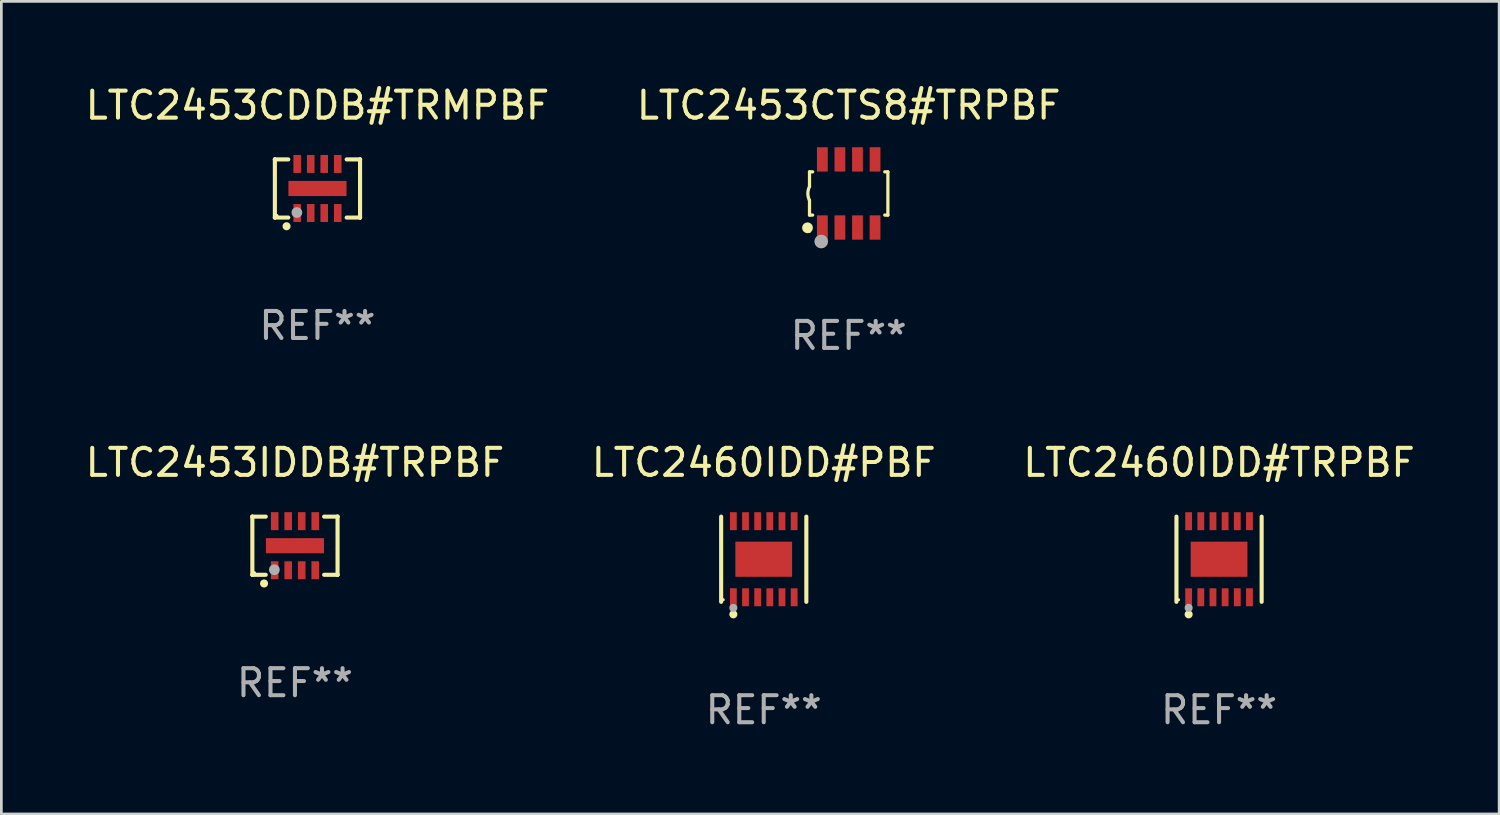
<source format=kicad_pcb>
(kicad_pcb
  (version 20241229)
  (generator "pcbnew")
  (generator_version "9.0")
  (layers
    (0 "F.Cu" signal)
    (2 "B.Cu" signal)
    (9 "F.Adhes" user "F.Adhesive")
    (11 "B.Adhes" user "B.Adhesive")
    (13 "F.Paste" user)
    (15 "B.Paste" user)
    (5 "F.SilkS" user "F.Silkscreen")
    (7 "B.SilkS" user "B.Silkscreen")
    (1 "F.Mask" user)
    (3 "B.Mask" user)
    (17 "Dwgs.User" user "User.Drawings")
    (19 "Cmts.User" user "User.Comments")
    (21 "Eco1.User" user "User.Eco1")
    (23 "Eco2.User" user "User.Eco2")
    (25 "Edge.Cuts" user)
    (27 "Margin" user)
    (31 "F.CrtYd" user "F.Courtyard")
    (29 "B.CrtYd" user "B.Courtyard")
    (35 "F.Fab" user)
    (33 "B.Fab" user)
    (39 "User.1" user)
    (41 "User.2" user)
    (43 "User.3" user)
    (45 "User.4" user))
  (footprint "LTC2453IDDB#TRPBF"
    (layer "F.Cu")
    (at 7.863 17.141)
    (property "Reference" "LTC2453IDDB#TRPBF" (at 0 -3.076 0) (layer "F.SilkS") (effects (font (size 1 1) (thickness 0.15))))
    (attr through_hole)
    (fp_line (start -1.576 -1.076) (end -1.576 -1.076) (stroke (width 0.152) (type solid)) (layer "F.SilkS"))
    (fp_line (start -1.576 -1.076) (end -1.08 -1.076) (stroke (width 0.152) (type solid)) (layer "F.SilkS"))
    (fp_line (start -1.576 1.076) (end -1.576 -1.076) (stroke (width 0.152) (type solid)) (layer "F.SilkS"))
    (fp_line (start -1.576 1.076) (end -1.576 1.076) (stroke (width 0.152) (type solid)) (layer "F.SilkS"))
    (fp_line (start -1.08 1.076) (end -1.576 1.076) (stroke (width 0.152) (type solid)) (layer "F.SilkS"))
    (fp_line (start 1.08 1.076) (end 1.576 1.076) (stroke (width 0.152) (type solid)) (layer "F.SilkS"))
    (fp_line (start 1.576 -1.076) (end 1.08 -1.076) (stroke (width 0.152) (type solid)) (layer "F.SilkS"))
    (fp_line (start 1.576 -1.076) (end 1.576 -1.076) (stroke (width 0.152) (type solid)) (layer "F.SilkS"))
    (fp_line (start 1.576 1.076) (end 1.576 -1.076) (stroke (width 0.152) (type solid)) (layer "F.SilkS"))
    (fp_line (start 1.576 1.076) (end 1.576 1.076) (stroke (width 0.152) (type solid)) (layer "F.SilkS"))
    (fp_circle (center -1.5 1) (end -1.47 1) (stroke (width 0.06) (type solid)) (fill no) (layer "F.SilkS"))
    (fp_circle (center -1.143 1.397) (end -1.068 1.397) (stroke (width 0.15) (type solid)) (fill no) (layer "F.SilkS"))
    (fp_circle (center -0.762 0.889) (end -0.662 0.889) (stroke (width 0.2) (type solid)) (fill no) (layer "F.Fab"))
    (fp_text user "REF**" (at 0 5.076 0) (layer "F.Fab") (effects (font (size 1 1) (thickness 0.15))))
    (pad "1" smd rect (at -0.75 0.908) (size 0.28 0.665) (layers "F.Cu" "F.Mask" "F.Paste"))
    (pad "2" smd rect (at -0.25 0.908) (size 0.28 0.665) (layers "F.Cu" "F.Mask" "F.Paste"))
    (pad "3" smd rect (at 0.25 0.908) (size 0.28 0.665) (layers "F.Cu" "F.Mask" "F.Paste"))
    (pad "4" smd rect (at 0.75 0.908) (size 0.28 0.665) (layers "F.Cu" "F.Mask" "F.Paste"))
    (pad "5" smd rect (at 0.75 -0.908) (size 0.28 0.665) (layers "F.Cu" "F.Mask" "F.Paste"))
    (pad "6" smd rect (at 0.25 -0.908) (size 0.28 0.665) (layers "F.Cu" "F.Mask" "F.Paste"))
    (pad "7" smd rect (at -0.25 -0.908) (size 0.28 0.665) (layers "F.Cu" "F.Mask" "F.Paste"))
    (pad "8" smd rect (at -0.75 -0.908) (size 0.28 0.665) (layers "F.Cu" "F.Mask" "F.Paste"))
    (pad "9" smd rect (at 0 0) (size 2.15 0.56) (layers "F.Cu" "F.Mask" "F.Paste")))
  (footprint "LTC2453CTS8#TRPBF"
    (layer "F.Cu")
    (at 28.351 4.108)
    (property "Reference" "LTC2453CTS8#TRPBF" (at 0 -3.26 0) (layer "F.SilkS") (effects (font (size 1 1) (thickness 0.15))))
    (attr through_hole)
    (fp_line (start -1.45 -0.8) (end -1.45 -0.254) (stroke (width 0.12) (type solid)) (layer "F.SilkS"))
    (fp_line (start -1.45 -0.8) (end -1.334 -0.8) (stroke (width 0.12) (type solid)) (layer "F.SilkS"))
    (fp_line (start -1.45 0.8) (end -1.45 0.254) (stroke (width 0.12) (type solid)) (layer "F.SilkS"))
    (fp_line (start -1.45 0.8) (end -1.334 0.8) (stroke (width 0.12) (type solid)) (layer "F.SilkS"))
    (fp_line (start 1.334 -0.8) (end 1.45 -0.8) (stroke (width 0.12) (type solid)) (layer "F.SilkS"))
    (fp_line (start 1.334 0.8) (end 1.45 0.8) (stroke (width 0.12) (type solid)) (layer "F.SilkS"))
    (fp_line (start 1.45 0.8) (end 1.45 -0.8) (stroke (width 0.12) (type solid)) (layer "F.SilkS"))
    (fp_arc (start -1.45075 0.255144) (mid -1.510605 0.000434) (end -1.450013 -0.254102) (stroke (width 0.11999) (type solid)) (layer "F.SilkS"))
    (fp_circle (center -1.524 1.27) (end -1.424 1.27) (stroke (width 0.2) (type solid)) (fill no) (layer "F.SilkS"))
    (fp_circle (center -1.45 1.4) (end -1.42 1.4) (stroke (width 0.06) (type solid)) (fill no) (layer "F.SilkS"))
    (fp_circle (center -1.016 1.778) (end -0.889 1.778) (stroke (width 0.254) (type solid)) (fill no) (layer "F.Fab"))
    (fp_text user "REF**" (at 0 5.26 0) (layer "F.Fab") (effects (font (size 1 1) (thickness 0.15))))
    (pad "1" smd rect (at -0.975 1.26) (size 0.4 0.9) (layers "F.Cu" "F.Mask" "F.Paste"))
    (pad "2" smd rect (at -0.325 1.26) (size 0.4 0.9) (layers "F.Cu" "F.Mask" "F.Paste"))
    (pad "3" smd rect (at 0.325 1.26) (size 0.4 0.9) (layers "F.Cu" "F.Mask" "F.Paste"))
    (pad "4" smd rect (at 0.975 1.26) (size 0.4 0.9) (layers "F.Cu" "F.Mask" "F.Paste"))
    (pad "5" smd rect (at 0.975 -1.26) (size 0.4 0.9) (layers "F.Cu" "F.Mask" "F.Paste"))
    (pad "6" smd rect (at 0.325 -1.26) (size 0.4 0.9) (layers "F.Cu" "F.Mask" "F.Paste"))
    (pad "7" smd rect (at -0.325 -1.26) (size 0.4 0.9) (layers "F.Cu" "F.Mask" "F.Paste"))
    (pad "8" smd rect (at -0.975 -1.26) (size 0.4 0.9) (layers "F.Cu" "F.Mask" "F.Paste")))
  (footprint "LTC2453CDDB#TRMPBF"
    (layer "F.Cu")
    (at 8.696 3.924)
    (property "Reference" "LTC2453CDDB#TRMPBF" (at 0 -3.076 0) (layer "F.SilkS") (effects (font (size 1 1) (thickness 0.15))))
    (attr through_hole)
    (fp_line (start -1.576 -1.076) (end -1.576 -1.076) (stroke (width 0.152) (type solid)) (layer "F.SilkS"))
    (fp_line (start -1.576 -1.076) (end -1.08 -1.076) (stroke (width 0.152) (type solid)) (layer "F.SilkS"))
    (fp_line (start -1.576 1.076) (end -1.576 -1.076) (stroke (width 0.152) (type solid)) (layer "F.SilkS"))
    (fp_line (start -1.576 1.076) (end -1.576 1.076) (stroke (width 0.152) (type solid)) (layer "F.SilkS"))
    (fp_line (start -1.08 1.076) (end -1.576 1.076) (stroke (width 0.152) (type solid)) (layer "F.SilkS"))
    (fp_line (start 1.08 1.076) (end 1.576 1.076) (stroke (width 0.152) (type solid)) (layer "F.SilkS"))
    (fp_line (start 1.576 -1.076) (end 1.08 -1.076) (stroke (width 0.152) (type solid)) (layer "F.SilkS"))
    (fp_line (start 1.576 -1.076) (end 1.576 -1.076) (stroke (width 0.152) (type solid)) (layer "F.SilkS"))
    (fp_line (start 1.576 1.076) (end 1.576 -1.076) (stroke (width 0.152) (type solid)) (layer "F.SilkS"))
    (fp_line (start 1.576 1.076) (end 1.576 1.076) (stroke (width 0.152) (type solid)) (layer "F.SilkS"))
    (fp_circle (center -1.5 1) (end -1.47 1) (stroke (width 0.06) (type solid)) (fill no) (layer "F.SilkS"))
    (fp_circle (center -1.143 1.397) (end -1.068 1.397) (stroke (width 0.15) (type solid)) (fill no) (layer "F.SilkS"))
    (fp_circle (center -0.762 0.889) (end -0.662 0.889) (stroke (width 0.2) (type solid)) (fill no) (layer "F.Fab"))
    (fp_text user "REF**" (at 0 5.076 0) (layer "F.Fab") (effects (font (size 1 1) (thickness 0.15))))
    (pad "1" smd rect (at -0.75 0.908) (size 0.28 0.665) (layers "F.Cu" "F.Mask" "F.Paste"))
    (pad "2" smd rect (at -0.25 0.908) (size 0.28 0.665) (layers "F.Cu" "F.Mask" "F.Paste"))
    (pad "3" smd rect (at 0.25 0.908) (size 0.28 0.665) (layers "F.Cu" "F.Mask" "F.Paste"))
    (pad "4" smd rect (at 0.75 0.908) (size 0.28 0.665) (layers "F.Cu" "F.Mask" "F.Paste"))
    (pad "5" smd rect (at 0.75 -0.908) (size 0.28 0.665) (layers "F.Cu" "F.Mask" "F.Paste"))
    (pad "6" smd rect (at 0.25 -0.908) (size 0.28 0.665) (layers "F.Cu" "F.Mask" "F.Paste"))
    (pad "7" smd rect (at -0.25 -0.908) (size 0.28 0.665) (layers "F.Cu" "F.Mask" "F.Paste"))
    (pad "8" smd rect (at -0.75 -0.908) (size 0.28 0.665) (layers "F.Cu" "F.Mask" "F.Paste"))
    (pad "9" smd rect (at 0 0) (size 2.15 0.56) (layers "F.Cu" "F.Mask" "F.Paste")))
  (footprint "LTC2460IDD#PBF"
    (layer "F.Cu")
    (at 25.208 17.641)
    (property "Reference" "LTC2460IDD#PBF" (at 0 -3.576 0) (layer "F.SilkS") (effects (font (size 1 1) (thickness 0.15))))
    (attr through_hole)
    (fp_line (start -1.576 1.576) (end -1.576 -1.576) (stroke (width 0.152) (type solid)) (layer "F.SilkS"))
    (fp_line (start 1.576 1.576) (end 1.576 -1.576) (stroke (width 0.152) (type solid)) (layer "F.SilkS"))
    (fp_circle (center -1.5 1.5) (end -1.47 1.5) (stroke (width 0.06) (type solid)) (fill no) (layer "F.SilkS"))
    (fp_circle (center -1.125 2.04) (end -1.05 2.04) (stroke (width 0.15) (type solid)) (fill no) (layer "F.SilkS"))
    (fp_circle (center -1.125 1.8) (end -1.05 1.8) (stroke (width 0.15) (type solid)) (fill no) (layer "F.Fab"))
    (fp_text user "REF**" (at 0 5.576 0) (layer "F.Fab") (effects (font (size 1 1) (thickness 0.15))))
    (pad "1" smd rect (at -1.125 1.407) (size 0.252 0.665) (layers "F.Cu" "F.Mask" "F.Paste"))
    (pad "2" smd rect (at -0.675 1.407) (size 0.252 0.665) (layers "F.Cu" "F.Mask" "F.Paste"))
    (pad "3" smd rect (at -0.225 1.407) (size 0.252 0.665) (layers "F.Cu" "F.Mask" "F.Paste"))
    (pad "4" smd rect (at 0.225 1.407) (size 0.252 0.665) (layers "F.Cu" "F.Mask" "F.Paste"))
    (pad "5" smd rect (at 0.675 1.407) (size 0.252 0.665) (layers "F.Cu" "F.Mask" "F.Paste"))
    (pad "6" smd rect (at 1.125 1.407) (size 0.252 0.665) (layers "F.Cu" "F.Mask" "F.Paste"))
    (pad "7" smd rect (at 1.125 -1.407) (size 0.252 0.665) (layers "F.Cu" "F.Mask" "F.Paste"))
    (pad "8" smd rect (at 0.675 -1.407) (size 0.252 0.665) (layers "F.Cu" "F.Mask" "F.Paste"))
    (pad "9" smd rect (at 0.225 -1.407) (size 0.252 0.665) (layers "F.Cu" "F.Mask" "F.Paste"))
    (pad "10" smd rect (at -0.225 -1.407) (size 0.252 0.665) (layers "F.Cu" "F.Mask" "F.Paste"))
    (pad "11" smd rect (at -0.675 -1.407) (size 0.252 0.665) (layers "F.Cu" "F.Mask" "F.Paste"))
    (pad "12" smd rect (at -1.125 -1.407) (size 0.252 0.665) (layers "F.Cu" "F.Mask" "F.Paste"))
    (pad "13" smd rect (at 0 0) (size 2.1 1.3) (layers "F.Cu" "F.Mask" "F.Paste")))
  (footprint "LTC2460IDD#TRPBF"
    (layer "F.Cu")
    (at 42.054 17.641)
    (property "Reference" "LTC2460IDD#TRPBF" (at 0 -3.576 0) (layer "F.SilkS") (effects (font (size 1 1) (thickness 0.15))))
    (attr through_hole)
    (fp_line (start -1.576 1.576) (end -1.576 -1.576) (stroke (width 0.152) (type solid)) (layer "F.SilkS"))
    (fp_line (start 1.576 1.576) (end 1.576 -1.576) (stroke (width 0.152) (type solid)) (layer "F.SilkS"))
    (fp_circle (center -1.5 1.5) (end -1.47 1.5) (stroke (width 0.06) (type solid)) (fill no) (layer "F.SilkS"))
    (fp_circle (center -1.125 2.04) (end -1.05 2.04) (stroke (width 0.15) (type solid)) (fill no) (layer "F.SilkS"))
    (fp_circle (center -1.125 1.8) (end -1.05 1.8) (stroke (width 0.15) (type solid)) (fill no) (layer "F.Fab"))
    (fp_text user "REF**" (at 0 5.576 0) (layer "F.Fab") (effects (font (size 1 1) (thickness 0.15))))
    (pad "1" smd rect (at -1.125 1.407) (size 0.252 0.665) (layers "F.Cu" "F.Mask" "F.Paste"))
    (pad "2" smd rect (at -0.675 1.407) (size 0.252 0.665) (layers "F.Cu" "F.Mask" "F.Paste"))
    (pad "3" smd rect (at -0.225 1.407) (size 0.252 0.665) (layers "F.Cu" "F.Mask" "F.Paste"))
    (pad "4" smd rect (at 0.225 1.407) (size 0.252 0.665) (layers "F.Cu" "F.Mask" "F.Paste"))
    (pad "5" smd rect (at 0.675 1.407) (size 0.252 0.665) (layers "F.Cu" "F.Mask" "F.Paste"))
    (pad "6" smd rect (at 1.125 1.407) (size 0.252 0.665) (layers "F.Cu" "F.Mask" "F.Paste"))
    (pad "7" smd rect (at 1.125 -1.407) (size 0.252 0.665) (layers "F.Cu" "F.Mask" "F.Paste"))
    (pad "8" smd rect (at 0.675 -1.407) (size 0.252 0.665) (layers "F.Cu" "F.Mask" "F.Paste"))
    (pad "9" smd rect (at 0.225 -1.407) (size 0.252 0.665) (layers "F.Cu" "F.Mask" "F.Paste"))
    (pad "10" smd rect (at -0.225 -1.407) (size 0.252 0.665) (layers "F.Cu" "F.Mask" "F.Paste"))
    (pad "11" smd rect (at -0.675 -1.407) (size 0.252 0.665) (layers "F.Cu" "F.Mask" "F.Paste"))
    (pad "12" smd rect (at -1.125 -1.407) (size 0.252 0.665) (layers "F.Cu" "F.Mask" "F.Paste"))
    (pad "13" smd rect (at 0 0) (size 2.1 1.3) (layers "F.Cu" "F.Mask" "F.Paste")))
  (gr_rect
    (start -3 -3)
    (end 52.417 27.065)
    (stroke (width 0.1) (type default))
    (fill no)
    (layer "Edge.Cuts")))
</source>
